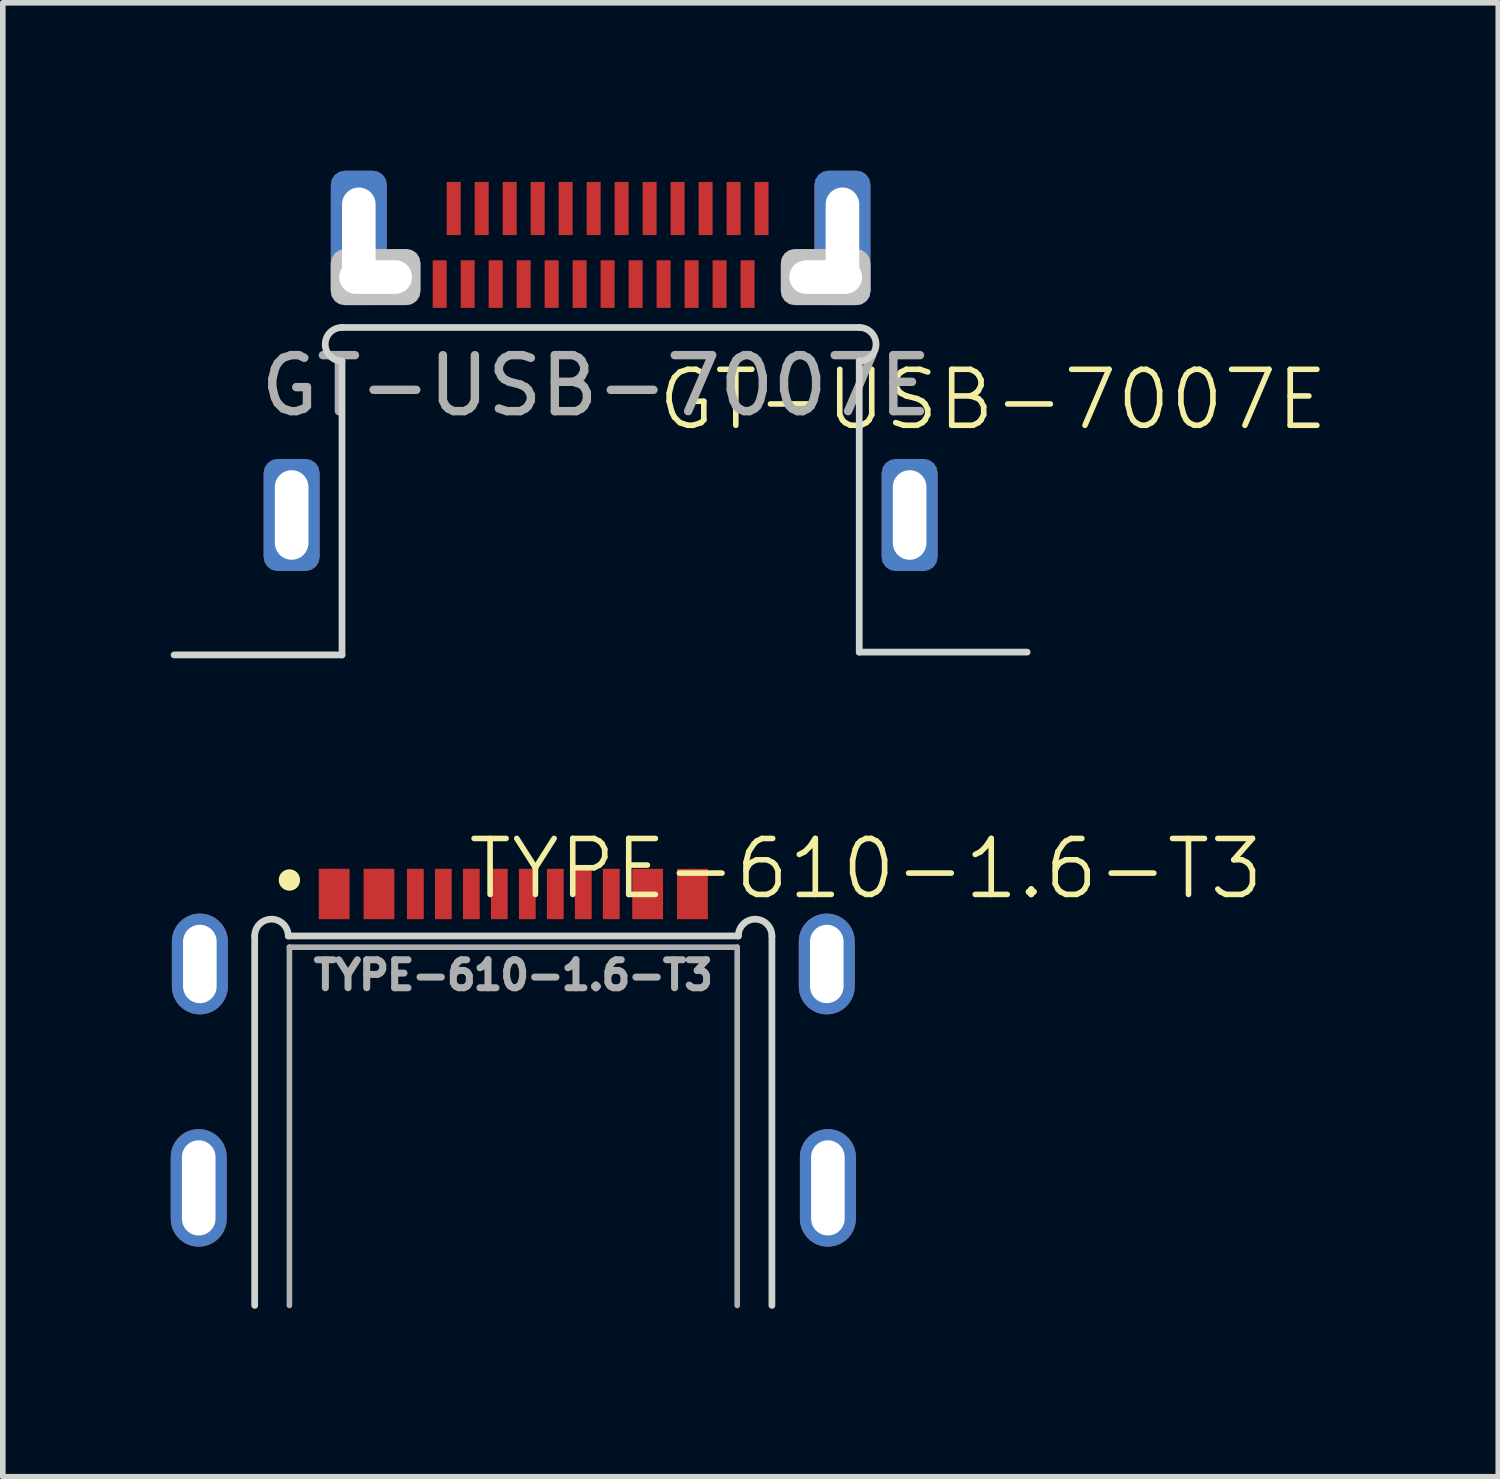
<source format=kicad_pcb>
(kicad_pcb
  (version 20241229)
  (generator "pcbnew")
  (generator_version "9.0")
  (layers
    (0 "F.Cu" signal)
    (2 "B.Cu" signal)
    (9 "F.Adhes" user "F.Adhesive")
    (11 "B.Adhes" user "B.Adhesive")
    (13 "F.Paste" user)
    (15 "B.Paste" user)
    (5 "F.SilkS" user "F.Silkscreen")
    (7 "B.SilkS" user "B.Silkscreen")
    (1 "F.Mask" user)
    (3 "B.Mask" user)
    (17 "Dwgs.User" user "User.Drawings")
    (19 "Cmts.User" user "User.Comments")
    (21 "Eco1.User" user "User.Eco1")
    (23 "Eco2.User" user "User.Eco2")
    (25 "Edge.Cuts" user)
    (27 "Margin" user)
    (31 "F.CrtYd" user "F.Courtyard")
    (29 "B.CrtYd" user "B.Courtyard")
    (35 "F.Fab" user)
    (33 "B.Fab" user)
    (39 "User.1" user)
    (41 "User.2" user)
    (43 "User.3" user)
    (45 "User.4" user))
  (footprint "GT-USB-7007E"
    (layer "F.Cu")
    (at 7.68 6.15)
    (property "Reference" "GT-USB-7007E" (at 7.01 -2.06 0) (unlocked yes) (layer "F.SilkS") (effects (font (size 1 1) (thickness 0.1))))
    (attr smd)
    (fp_line (start -4.62 -3.35) (end 4.62 -3.35) (stroke (width 0.12) (type default)) (layer "Edge.Cuts"))
    (fp_line (start -4.62 -2.75) (end -4.62 2.5) (stroke (width 0.12) (type default)) (layer "Edge.Cuts"))
    (fp_line (start -4.62 2.5) (end -7.62 2.5) (stroke (width 0.12) (type default)) (layer "Edge.Cuts"))
    (fp_line (start 4.62 -2.75) (end 4.62 2.45) (stroke (width 0.12) (type default)) (layer "Edge.Cuts"))
    (fp_line (start 7.62 2.45) (end 4.62 2.45) (stroke (width 0.12) (type default)) (layer "Edge.Cuts"))
    (fp_arc (start -4.62 -2.75) (mid -4.92 -3.05) (end -4.62 -3.35) (stroke (width 0.12) (type default)) (layer "Edge.Cuts"))
    (fp_arc (start 4.62 -3.35) (mid 4.92 -3.05) (end 4.62 -2.75) (stroke (width 0.12) (type default)) (layer "Edge.Cuts"))
    (fp_text user "${REFERENCE}" (at -0.08 -2.31 0) (unlocked yes) (layer "F.Fab") (effects (font (size 1 1) (thickness 0.15))))
    (pad "A1" smd rect (at -2.625 -5.475) (size 0.25 0.95) (layers "F.Cu" "F.Mask" "F.Paste"))
    (pad "A2" smd rect (at -2.125 -5.475) (size 0.25 0.95) (layers "F.Cu" "F.Mask" "F.Paste"))
    (pad "A3" smd rect (at -1.625 -5.475) (size 0.25 0.95) (layers "F.Cu" "F.Mask" "F.Paste"))
    (pad "A4" smd rect (at -1.125 -5.475) (size 0.25 0.95) (layers "F.Cu" "F.Mask" "F.Paste"))
    (pad "A5" smd rect (at -0.625 -5.475) (size 0.25 0.95) (layers "F.Cu" "F.Mask" "F.Paste"))
    (pad "A6" smd rect (at -0.125 -5.475) (size 0.25 0.95) (layers "F.Cu" "F.Mask" "F.Paste"))
    (pad "A7" smd rect (at 0.375 -5.475) (size 0.25 0.95) (layers "F.Cu" "F.Mask" "F.Paste"))
    (pad "A8" smd rect (at 0.875 -5.475) (size 0.25 0.95) (layers "F.Cu" "F.Mask" "F.Paste"))
    (pad "A9" smd rect (at 1.375 -5.475) (size 0.25 0.95) (layers "F.Cu" "F.Mask" "F.Paste"))
    (pad "A10" smd rect (at 1.875 -5.475) (size 0.25 0.95) (layers "F.Cu" "F.Mask" "F.Paste"))
    (pad "A11" smd rect (at 2.375 -5.475) (size 0.25 0.95) (layers "F.Cu" "F.Mask" "F.Paste"))
    (pad "A12" smd rect (at 2.875 -5.475) (size 0.25 0.95) (layers "F.Cu" "F.Mask" "F.Paste"))
    (pad "B1" smd rect (at 2.625 -4.125) (size 0.25 0.85) (layers "F.Cu" "F.Mask" "F.Paste"))
    (pad "B2" smd rect (at 2.125 -4.125) (size 0.25 0.85) (layers "F.Cu" "F.Mask" "F.Paste"))
    (pad "B3" smd rect (at 1.625 -4.125) (size 0.25 0.85) (layers "F.Cu" "F.Mask" "F.Paste"))
    (pad "B4" smd rect (at 1.125 -4.125) (size 0.25 0.85) (layers "F.Cu" "F.Mask" "F.Paste"))
    (pad "B5" smd rect (at 0.625 -4.125) (size 0.25 0.85) (layers "F.Cu" "F.Mask" "F.Paste"))
    (pad "B6" smd rect (at 0.125 -4.125) (size 0.25 0.85) (layers "F.Cu" "F.Mask" "F.Paste"))
    (pad "B7" smd rect (at -0.375 -4.125) (size 0.25 0.85) (layers "F.Cu" "F.Mask" "F.Paste"))
    (pad "B8" smd rect (at -0.875 -4.125) (size 0.25 0.85) (layers "F.Cu" "F.Mask" "F.Paste"))
    (pad "B9" smd rect (at -1.375 -4.125) (size 0.25 0.85) (layers "F.Cu" "F.Mask" "F.Paste"))
    (pad "B10" smd rect (at -1.875 -4.125) (size 0.25 0.85) (layers "F.Cu" "F.Mask" "F.Paste"))
    (pad "B11" smd rect (at -2.375 -4.125) (size 0.25 0.85) (layers "F.Cu" "F.Mask" "F.Paste"))
    (pad "B12" smd rect (at -2.875 -4.125) (size 0.25 0.85) (layers "F.Cu" "F.Mask" "F.Paste"))
    (pad "SHIELD" thru_hole roundrect (at -5.52 0) (size 1 2) (drill oval 0.6 1.6) (layers "*.Cu" "*.Mask") (roundrect_rratio 0.25))
    (pad "SHIELD" thru_hole roundrect (at -4.32 -4.95) (size 1 2.4) (drill oval 0.6 1.8) (layers "*.Cu" "*.Mask") (roundrect_rratio 0.25))
    (pad "SHIELD" thru_hole roundrect (at -4.02 -4.25 90) (size 1 1.6) (drill oval 0.6 1.3) (layers "*.Cu" "*.Mask" "Dwgs.User") (roundrect_rratio 0.25))
    (pad "SHIELD" thru_hole roundrect (at 4.02 -4.25 270) (size 1 1.6) (drill oval 0.6 1.3) (layers "*.Cu" "*.Mask" "Dwgs.User") (roundrect_rratio 0.25))
    (pad "SHIELD" thru_hole roundrect (at 4.32 -4.95) (size 1 2.4) (drill oval 0.6 1.8) (layers "*.Cu" "*.Mask") (roundrect_rratio 0.25))
    (pad "SHIELD" thru_hole roundrect (at 5.52 0) (size 1 2) (drill oval 0.6 1.6) (layers "*.Cu" "*.Mask") (roundrect_rratio 0.25)))
  (footprint "TYPE-610-1.6-T3"
    (layer "F.Cu")
    (at 6.12 18.171)
    (property "Reference" "TYPE-610-1.6-T3" (at 6.3 -5.7 0) (unlocked yes) (layer "F.SilkS") (effects (font (size 1 1) (thickness 0.1))))
    (attr smd)
    (fp_circle (center -4 -5.5) (end -3.859 -5.5) (stroke (width 0.1) (type solid)) (fill yes) (layer "F.SilkS"))
    (fp_line (start -4.62 -4.5) (end -4.62 2.1) (stroke (width 0.12) (type default)) (layer "Edge.Cuts"))
    (fp_line (start -4.02 -4.5) (end 4.02 -4.5) (stroke (width 0.12) (type default)) (layer "Edge.Cuts"))
    (fp_line (start 4.62 -4.5) (end 4.62 2.1) (stroke (width 0.12) (type default)) (layer "Edge.Cuts"))
    (fp_arc (start -4.62 -4.5) (mid -4.32 -4.8) (end -4.02 -4.5) (stroke (width 0.12) (type default)) (layer "Edge.Cuts"))
    (fp_arc (start 4.02 -4.5) (mid 4.32 -4.8) (end 4.62 -4.5) (stroke (width 0.12) (type default)) (layer "Edge.Cuts"))
    (fp_line (start -4 -4.3) (end 4 -4.3) (stroke (width 0.1) (type default)) (layer "F.Fab"))
    (fp_line (start -4 2.1) (end -4 -4.3) (stroke (width 0.1) (type default)) (layer "F.Fab"))
    (fp_line (start 4 -4.3) (end 4 2.1) (stroke (width 0.1) (type default)) (layer "F.Fab"))
    (fp_text user "${REFERENCE}" (at 0 -3.8 0) (unlocked yes) (layer "F.Fab") (effects (font (size 0.5 0.5) (thickness 0.125))))
    (pad "A1" smd rect (at -3.325 -5.25) (size 0.3 0.9) (layers "F.Cu" "F.Mask" "F.Paste"))
    (pad "A4" smd rect (at -2.525 -5.25) (size 0.3 0.9) (layers "F.Cu" "F.Mask" "F.Paste"))
    (pad "A5" smd rect (at -1.25 -5.25) (size 0.3 0.9) (layers "F.Cu" "F.Mask" "F.Paste"))
    (pad "A6" smd rect (at -0.25 -5.25) (size 0.3 0.9) (layers "F.Cu" "F.Mask" "F.Paste"))
    (pad "A7" smd rect (at 0.25 -5.25) (size 0.3 0.9) (layers "F.Cu" "F.Mask" "F.Paste"))
    (pad "A8" smd rect (at 1.25 -5.25) (size 0.3 0.9) (layers "F.Cu" "F.Mask" "F.Paste"))
    (pad "A9" smd rect (at 2.525 -5.25) (size 0.3 0.9) (layers "F.Cu" "F.Mask" "F.Paste"))
    (pad "A12" smd rect (at 3.325 -5.25) (size 0.3 0.9) (layers "F.Cu" "F.Mask" "F.Paste"))
    (pad "B1" smd rect (at 3.075 -5.25) (size 0.3 0.9) (layers "F.Cu" "F.Mask" "F.Paste"))
    (pad "B4" smd rect (at 2.275 -5.25) (size 0.3 0.9) (layers "F.Cu" "F.Mask" "F.Paste"))
    (pad "B5" smd rect (at 1.75 -5.25) (size 0.3 0.9) (layers "F.Cu" "F.Mask" "F.Paste"))
    (pad "B6" smd rect (at 0.75 -5.25) (size 0.3 0.9) (layers "F.Cu" "F.Mask" "F.Paste"))
    (pad "B7" smd rect (at -0.75 -5.25) (size 0.3 0.9) (layers "F.Cu" "F.Mask" "F.Paste"))
    (pad "B8" smd rect (at -1.75 -5.25) (size 0.3 0.9) (layers "F.Cu" "F.Mask" "F.Paste"))
    (pad "B9" smd rect (at -2.275 -5.25) (size 0.3 0.9) (layers "F.Cu" "F.Mask" "F.Paste"))
    (pad "B12" smd rect (at -3.075 -5.25) (size 0.3 0.9) (layers "F.Cu" "F.Mask" "F.Paste"))
    (pad "S1" thru_hole oval (at -5.62 0) (size 1 2.1) (drill oval 0.6 1.7) (layers "*.Cu" "*.Mask"))
    (pad "S1" thru_hole oval (at -5.6 -4) (size 1 1.8) (drill oval 0.6 1.4) (layers "*.Cu" "*.Mask"))
    (pad "S1" thru_hole oval (at 5.6 -4) (size 1 1.8) (drill oval 0.6 1.4) (layers "*.Cu" "*.Mask"))
    (pad "S1" thru_hole oval (at 5.62 0) (size 1 2.1) (drill oval 0.6 1.7) (layers "*.Cu" "*.Mask")))
  (gr_rect
    (start -3 -3)
    (end 23.716 23.331)
    (stroke (width 0.1) (type default))
    (fill no)
    (layer "Edge.Cuts")))
</source>
